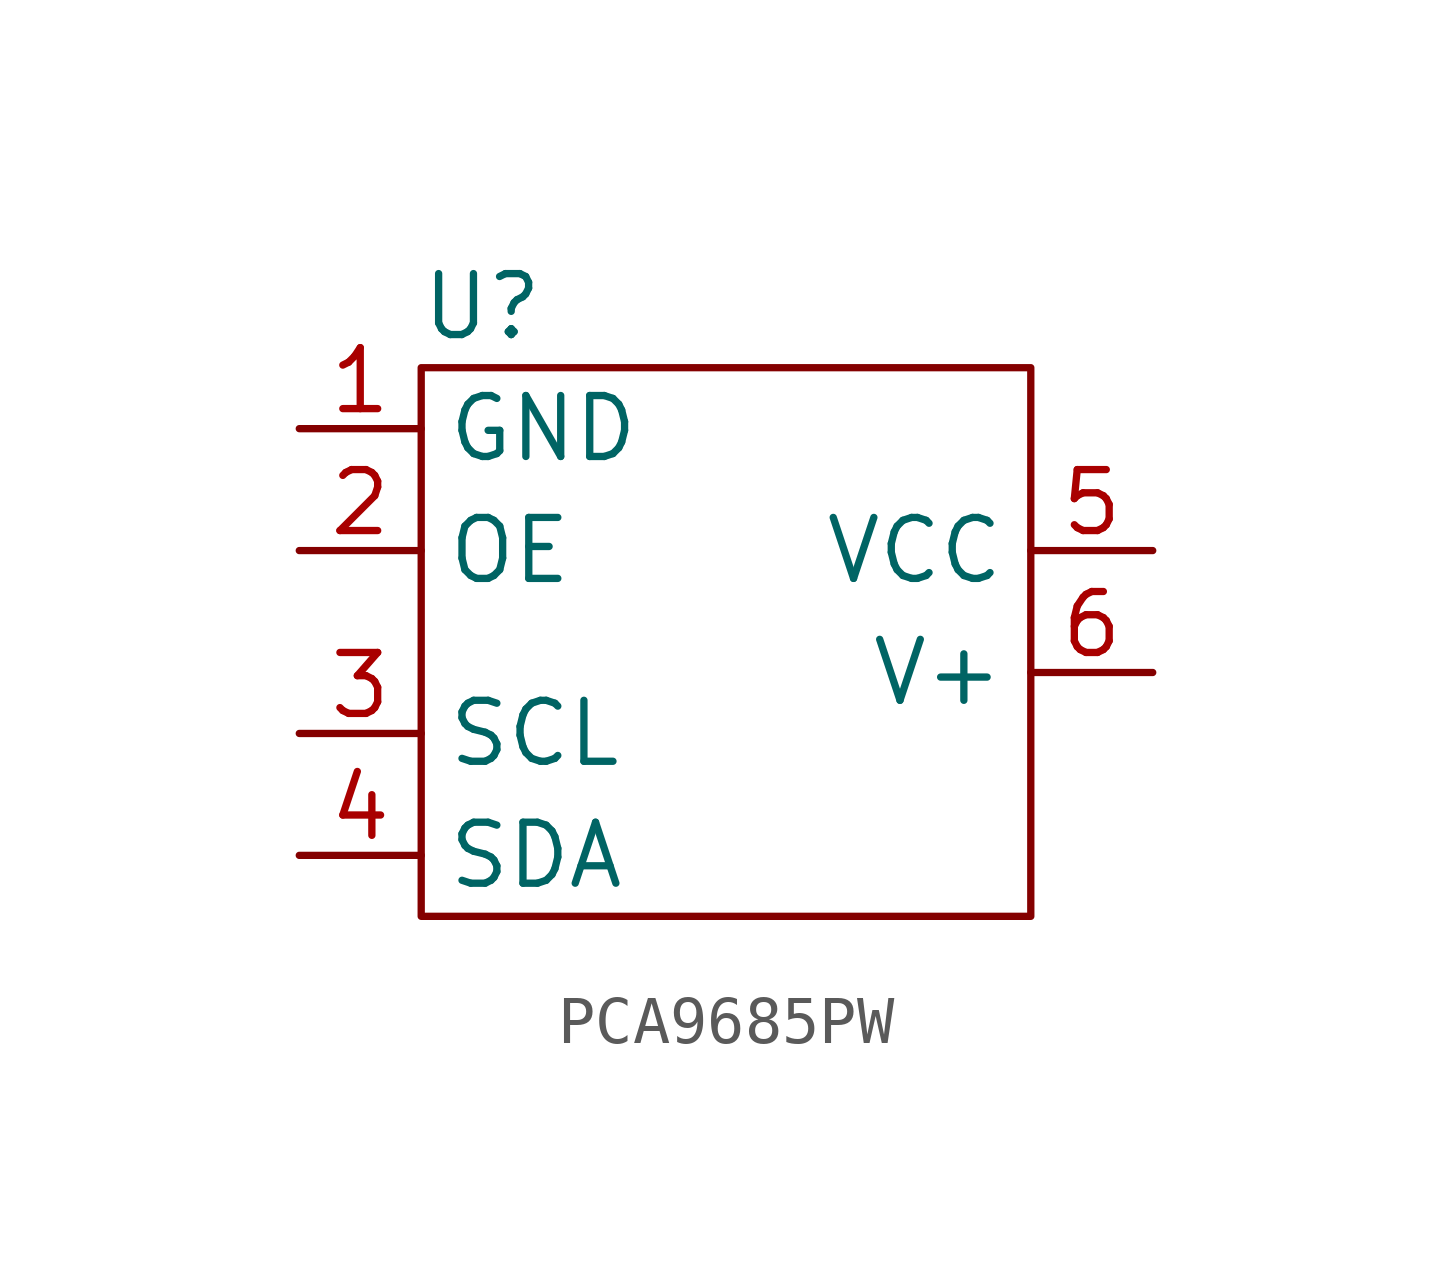
<source format=kicad_sym>
(kicad_symbol_lib
  (version 20241209)
  (generator "kicad_symbol_editor")
  (generator_version "9.0")
  (symbol "PCA9685PW"
    (property "Reference" "U"
      (at -5.08 6.35 0)
      (effects (font (size 1.27 1.27))))
    (property "Value" ""
      (at 0 0 0)
      (effects (font (size 1.27 1.27))))
    (symbol "PCA9685PW_0_1"
      (rectangle (start 6.35 -6.35) (end -6.35 5.08) (stroke (width 0) (type default)) (fill (type none))))
    (symbol "PCA9685PW_1_1"
      (pin power_in line (at -8.89 3.81 0) (length 2.54) (name "GND" (effects (font (size 1.27 1.27)))) (number "1" (effects (font (size 1.27 1.27)))))
      (pin input line (at -8.89 1.27 0) (length 2.54) (name "OE" (effects (font (size 1.27 1.27)))) (number "2" (effects (font (size 1.27 1.27)))))
      (pin input line (at -8.89 -2.54 0) (length 2.54) (name "SCL" (effects (font (size 1.27 1.27)))) (number "3" (effects (font (size 1.27 1.27)))))
      (pin bidirectional line (at -8.89 -5.08 0) (length 2.54) (name "SDA" (effects (font (size 1.27 1.27)))) (number "4" (effects (font (size 1.27 1.27)))))
      (pin power_in line (at 8.89 1.27 180) (length 2.54) (name "VCC" (effects (font (size 1.27 1.27)))) (number "5" (effects (font (size 1.27 1.27)))))
      (pin power_in line (at 8.89 -1.27 180) (length 2.54) (name "V+" (effects (font (size 1.27 1.27)))) (number "6" (effects (font (size 1.27 1.27))))))))
</source>
